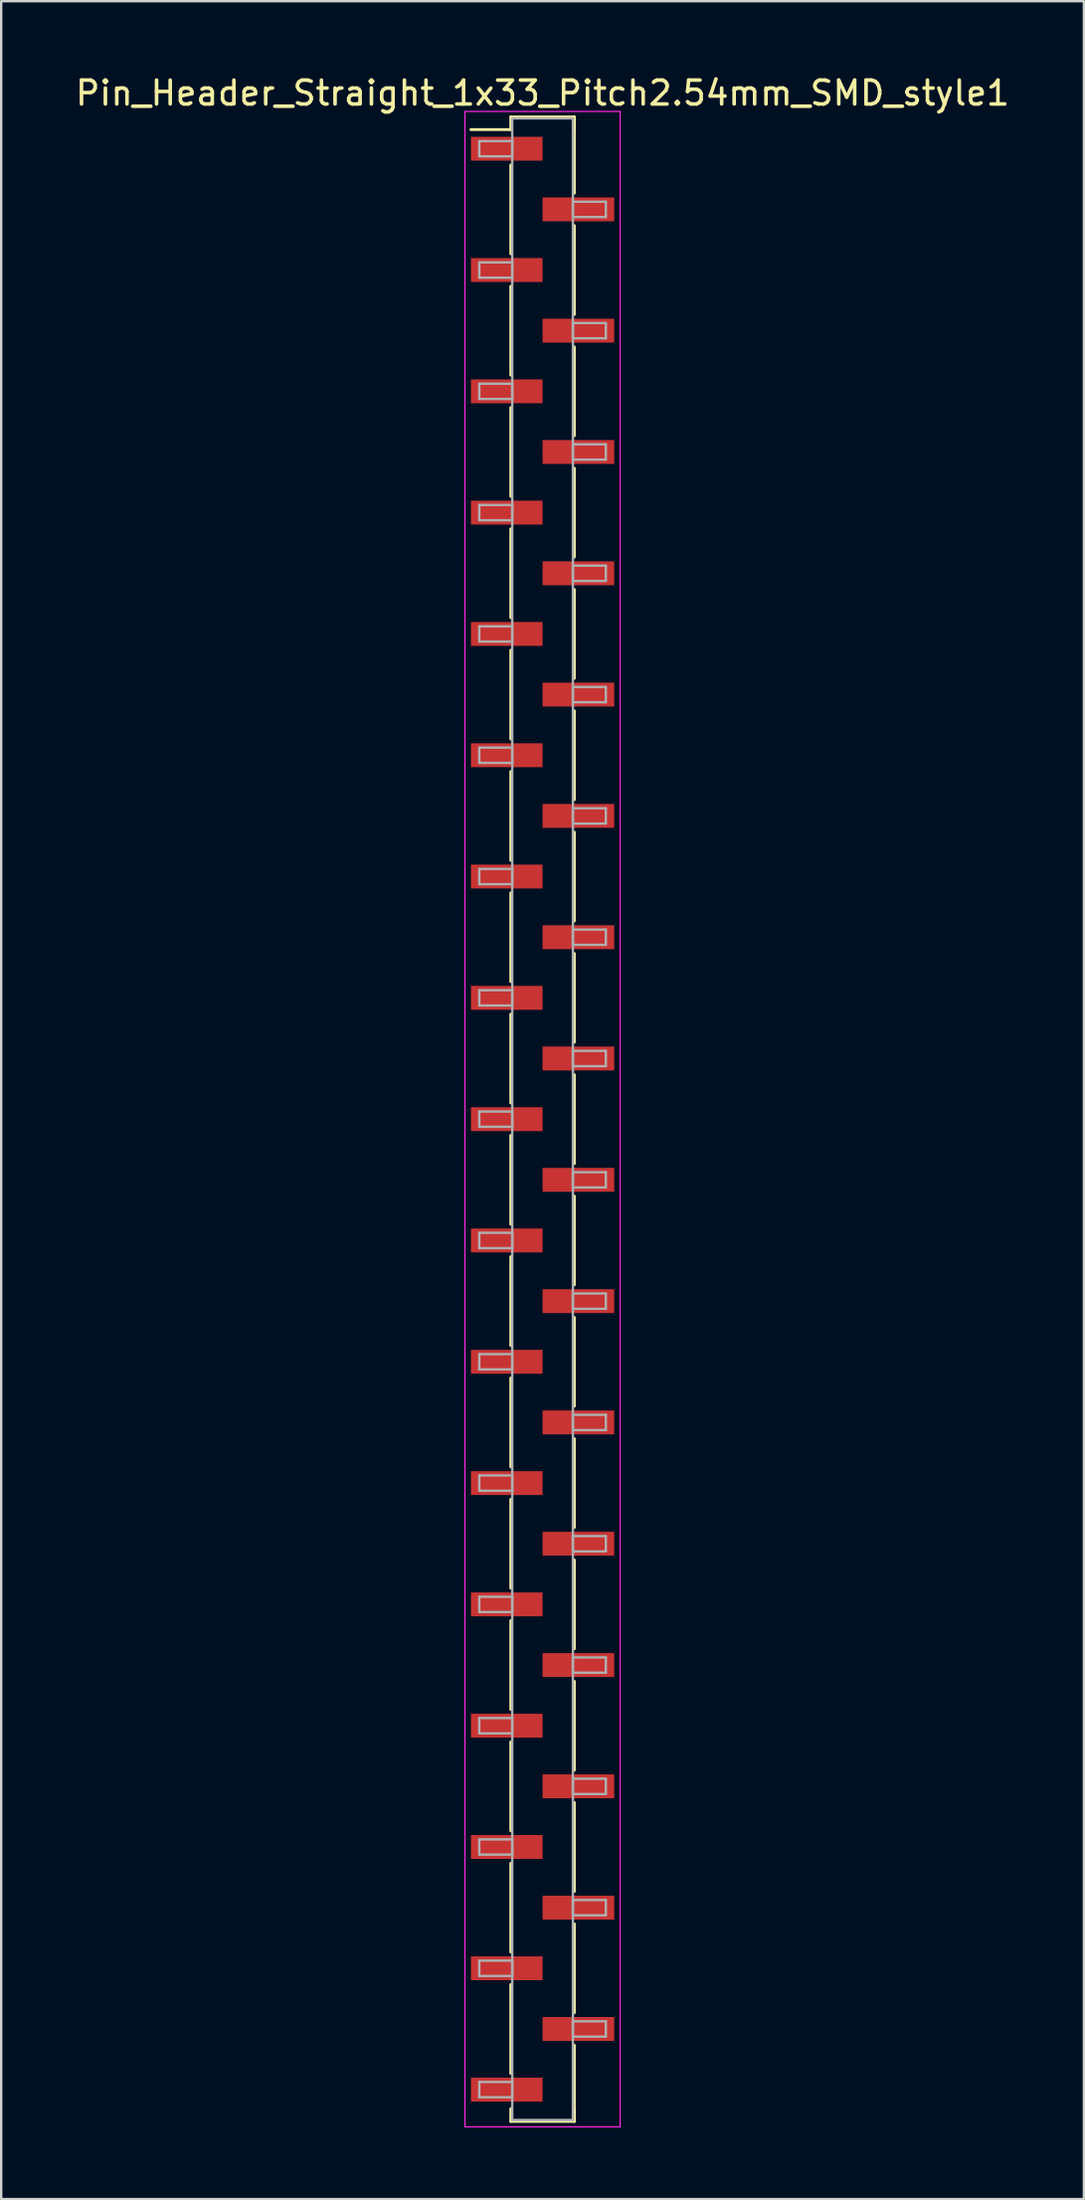
<source format=kicad_pcb>
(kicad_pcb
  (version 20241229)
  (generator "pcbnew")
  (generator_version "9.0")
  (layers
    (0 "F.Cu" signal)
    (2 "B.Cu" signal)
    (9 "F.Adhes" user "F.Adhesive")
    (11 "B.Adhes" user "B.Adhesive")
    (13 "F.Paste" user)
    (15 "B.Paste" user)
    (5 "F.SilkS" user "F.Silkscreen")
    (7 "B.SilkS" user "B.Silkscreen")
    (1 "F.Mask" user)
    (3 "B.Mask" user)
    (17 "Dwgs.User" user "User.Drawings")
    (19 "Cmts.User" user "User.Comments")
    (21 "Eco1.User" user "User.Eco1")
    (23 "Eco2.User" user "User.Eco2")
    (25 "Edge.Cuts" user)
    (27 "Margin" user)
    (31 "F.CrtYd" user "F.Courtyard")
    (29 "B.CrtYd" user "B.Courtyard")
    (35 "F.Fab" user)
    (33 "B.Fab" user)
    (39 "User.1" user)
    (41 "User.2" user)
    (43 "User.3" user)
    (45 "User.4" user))
  (footprint "Pin_Header_Straight_1x33_Pitch2.54mm_SMD_style1"
    (layer "F.Cu")
    (at 19.673 43.818)
    (property "Reference" "Pin_Header_Straight_1x33_Pitch2.54mm_SMD_style1" (at 0 -42.97 0) (layer "F.SilkS") (effects (font (size 1 1) (thickness 0.15))))
    (attr smd)
    (fp_line (start -1.33 -41.97) (end 1.33 -41.97) (stroke (width 0.12) (type solid)) (layer "F.SilkS"))
    (fp_line (start -1.33 -41.44) (end -3 -41.44) (stroke (width 0.12) (type solid)) (layer "F.SilkS"))
    (fp_line (start -1.33 -41.44) (end -1.33 -41.97) (stroke (width 0.12) (type solid)) (layer "F.SilkS"))
    (fp_line (start -1.33 -39.96) (end -1.33 -36.24) (stroke (width 0.12) (type solid)) (layer "F.SilkS"))
    (fp_line (start -1.33 -34.88) (end -1.33 -31.16) (stroke (width 0.12) (type solid)) (layer "F.SilkS"))
    (fp_line (start -1.33 -29.8) (end -1.33 -26.08) (stroke (width 0.12) (type solid)) (layer "F.SilkS"))
    (fp_line (start -1.33 -24.72) (end -1.33 -21) (stroke (width 0.12) (type solid)) (layer "F.SilkS"))
    (fp_line (start -1.33 -19.64) (end -1.33 -15.92) (stroke (width 0.12) (type solid)) (layer "F.SilkS"))
    (fp_line (start -1.33 -14.56) (end -1.33 -10.84) (stroke (width 0.12) (type solid)) (layer "F.SilkS"))
    (fp_line (start -1.33 -9.48) (end -1.33 -5.76) (stroke (width 0.12) (type solid)) (layer "F.SilkS"))
    (fp_line (start -1.33 -4.4) (end -1.33 -0.68) (stroke (width 0.12) (type solid)) (layer "F.SilkS"))
    (fp_line (start -1.33 0.68) (end -1.33 4.4) (stroke (width 0.12) (type solid)) (layer "F.SilkS"))
    (fp_line (start -1.33 5.76) (end -1.33 9.48) (stroke (width 0.12) (type solid)) (layer "F.SilkS"))
    (fp_line (start -1.33 10.84) (end -1.33 14.56) (stroke (width 0.12) (type solid)) (layer "F.SilkS"))
    (fp_line (start -1.33 15.92) (end -1.33 19.64) (stroke (width 0.12) (type solid)) (layer "F.SilkS"))
    (fp_line (start -1.33 21) (end -1.33 24.72) (stroke (width 0.12) (type solid)) (layer "F.SilkS"))
    (fp_line (start -1.33 26.08) (end -1.33 29.8) (stroke (width 0.12) (type solid)) (layer "F.SilkS"))
    (fp_line (start -1.33 31.16) (end -1.33 34.88) (stroke (width 0.12) (type solid)) (layer "F.SilkS"))
    (fp_line (start -1.33 36.24) (end -1.33 39.96) (stroke (width 0.12) (type solid)) (layer "F.SilkS"))
    (fp_line (start -1.33 41.44) (end -1.33 41.97) (stroke (width 0.12) (type solid)) (layer "F.SilkS"))
    (fp_line (start -1.33 41.97) (end 1.33 41.97) (stroke (width 0.12) (type solid)) (layer "F.SilkS"))
    (fp_line (start 1.33 -41.97) (end 1.33 -41.44) (stroke (width 0.12) (type solid)) (layer "F.SilkS"))
    (fp_line (start 1.33 -41.97) (end 1.33 -38.78) (stroke (width 0.12) (type solid)) (layer "F.SilkS"))
    (fp_line (start 1.33 -37.42) (end 1.33 -33.7) (stroke (width 0.12) (type solid)) (layer "F.SilkS"))
    (fp_line (start 1.33 -32.34) (end 1.33 -28.62) (stroke (width 0.12) (type solid)) (layer "F.SilkS"))
    (fp_line (start 1.33 -27.26) (end 1.33 -23.54) (stroke (width 0.12) (type solid)) (layer "F.SilkS"))
    (fp_line (start 1.33 -22.18) (end 1.33 -18.46) (stroke (width 0.12) (type solid)) (layer "F.SilkS"))
    (fp_line (start 1.33 -17.1) (end 1.33 -13.38) (stroke (width 0.12) (type solid)) (layer "F.SilkS"))
    (fp_line (start 1.33 -12.02) (end 1.33 -8.3) (stroke (width 0.12) (type solid)) (layer "F.SilkS"))
    (fp_line (start 1.33 -6.94) (end 1.33 -3.22) (stroke (width 0.12) (type solid)) (layer "F.SilkS"))
    (fp_line (start 1.33 -1.86) (end 1.33 1.86) (stroke (width 0.12) (type solid)) (layer "F.SilkS"))
    (fp_line (start 1.33 3.22) (end 1.33 6.94) (stroke (width 0.12) (type solid)) (layer "F.SilkS"))
    (fp_line (start 1.33 8.3) (end 1.33 12.02) (stroke (width 0.12) (type solid)) (layer "F.SilkS"))
    (fp_line (start 1.33 13.38) (end 1.33 17.1) (stroke (width 0.12) (type solid)) (layer "F.SilkS"))
    (fp_line (start 1.33 18.46) (end 1.33 22.18) (stroke (width 0.12) (type solid)) (layer "F.SilkS"))
    (fp_line (start 1.33 23.54) (end 1.33 27.26) (stroke (width 0.12) (type solid)) (layer "F.SilkS"))
    (fp_line (start 1.33 28.62) (end 1.33 32.34) (stroke (width 0.12) (type solid)) (layer "F.SilkS"))
    (fp_line (start 1.33 33.7) (end 1.33 37.42) (stroke (width 0.12) (type solid)) (layer "F.SilkS"))
    (fp_line (start 1.33 38.78) (end 1.33 41.97) (stroke (width 0.12) (type solid)) (layer "F.SilkS"))
    (fp_line (start 1.33 41.97) (end 1.33 41.44) (stroke (width 0.12) (type solid)) (layer "F.SilkS"))
    (fp_line (start -3.25 -42.2) (end -3.25 42.2) (stroke (width 0.05) (type solid)) (layer "F.CrtYd"))
    (fp_line (start -3.25 42.2) (end 3.25 42.2) (stroke (width 0.05) (type solid)) (layer "F.CrtYd"))
    (fp_line (start 3.25 -42.2) (end -3.25 -42.2) (stroke (width 0.05) (type solid)) (layer "F.CrtYd"))
    (fp_line (start 3.25 42.2) (end 3.25 -42.2) (stroke (width 0.05) (type solid)) (layer "F.CrtYd"))
    (fp_line (start -2.65 -40.96) (end -1.27 -40.96) (stroke (width 0.1) (type solid)) (layer "F.Fab"))
    (fp_line (start -2.65 -40.32) (end -2.65 -40.96) (stroke (width 0.1) (type solid)) (layer "F.Fab"))
    (fp_line (start -2.65 -35.88) (end -1.27 -35.88) (stroke (width 0.1) (type solid)) (layer "F.Fab"))
    (fp_line (start -2.65 -35.24) (end -2.65 -35.88) (stroke (width 0.1) (type solid)) (layer "F.Fab"))
    (fp_line (start -2.65 -30.8) (end -1.27 -30.8) (stroke (width 0.1) (type solid)) (layer "F.Fab"))
    (fp_line (start -2.65 -30.16) (end -2.65 -30.8) (stroke (width 0.1) (type solid)) (layer "F.Fab"))
    (fp_line (start -2.65 -25.72) (end -1.27 -25.72) (stroke (width 0.1) (type solid)) (layer "F.Fab"))
    (fp_line (start -2.65 -25.08) (end -2.65 -25.72) (stroke (width 0.1) (type solid)) (layer "F.Fab"))
    (fp_line (start -2.65 -20.64) (end -1.27 -20.64) (stroke (width 0.1) (type solid)) (layer "F.Fab"))
    (fp_line (start -2.65 -20) (end -2.65 -20.64) (stroke (width 0.1) (type solid)) (layer "F.Fab"))
    (fp_line (start -2.65 -15.56) (end -1.27 -15.56) (stroke (width 0.1) (type solid)) (layer "F.Fab"))
    (fp_line (start -2.65 -14.92) (end -2.65 -15.56) (stroke (width 0.1) (type solid)) (layer "F.Fab"))
    (fp_line (start -2.65 -10.48) (end -1.27 -10.48) (stroke (width 0.1) (type solid)) (layer "F.Fab"))
    (fp_line (start -2.65 -9.84) (end -2.65 -10.48) (stroke (width 0.1) (type solid)) (layer "F.Fab"))
    (fp_line (start -2.65 -5.4) (end -1.27 -5.4) (stroke (width 0.1) (type solid)) (layer "F.Fab"))
    (fp_line (start -2.65 -4.76) (end -2.65 -5.4) (stroke (width 0.1) (type solid)) (layer "F.Fab"))
    (fp_line (start -2.65 -0.32) (end -1.27 -0.32) (stroke (width 0.1) (type solid)) (layer "F.Fab"))
    (fp_line (start -2.65 0.32) (end -2.65 -0.32) (stroke (width 0.1) (type solid)) (layer "F.Fab"))
    (fp_line (start -2.65 4.76) (end -1.27 4.76) (stroke (width 0.1) (type solid)) (layer "F.Fab"))
    (fp_line (start -2.65 5.4) (end -2.65 4.76) (stroke (width 0.1) (type solid)) (layer "F.Fab"))
    (fp_line (start -2.65 9.84) (end -1.27 9.84) (stroke (width 0.1) (type solid)) (layer "F.Fab"))
    (fp_line (start -2.65 10.48) (end -2.65 9.84) (stroke (width 0.1) (type solid)) (layer "F.Fab"))
    (fp_line (start -2.65 14.92) (end -1.27 14.92) (stroke (width 0.1) (type solid)) (layer "F.Fab"))
    (fp_line (start -2.65 15.56) (end -2.65 14.92) (stroke (width 0.1) (type solid)) (layer "F.Fab"))
    (fp_line (start -2.65 20) (end -1.27 20) (stroke (width 0.1) (type solid)) (layer "F.Fab"))
    (fp_line (start -2.65 20.64) (end -2.65 20) (stroke (width 0.1) (type solid)) (layer "F.Fab"))
    (fp_line (start -2.65 25.08) (end -1.27 25.08) (stroke (width 0.1) (type solid)) (layer "F.Fab"))
    (fp_line (start -2.65 25.72) (end -2.65 25.08) (stroke (width 0.1) (type solid)) (layer "F.Fab"))
    (fp_line (start -2.65 30.16) (end -1.27 30.16) (stroke (width 0.1) (type solid)) (layer "F.Fab"))
    (fp_line (start -2.65 30.8) (end -2.65 30.16) (stroke (width 0.1) (type solid)) (layer "F.Fab"))
    (fp_line (start -2.65 35.24) (end -1.27 35.24) (stroke (width 0.1) (type solid)) (layer "F.Fab"))
    (fp_line (start -2.65 35.88) (end -2.65 35.24) (stroke (width 0.1) (type solid)) (layer "F.Fab"))
    (fp_line (start -2.65 40.32) (end -1.27 40.32) (stroke (width 0.1) (type solid)) (layer "F.Fab"))
    (fp_line (start -2.65 40.96) (end -2.65 40.32) (stroke (width 0.1) (type solid)) (layer "F.Fab"))
    (fp_line (start -1.27 -41.91) (end -1.27 41.91) (stroke (width 0.1) (type solid)) (layer "F.Fab"))
    (fp_line (start -1.27 -40.96) (end -1.27 -40.32) (stroke (width 0.1) (type solid)) (layer "F.Fab"))
    (fp_line (start -1.27 -40.32) (end -2.65 -40.32) (stroke (width 0.1) (type solid)) (layer "F.Fab"))
    (fp_line (start -1.27 -35.88) (end -1.27 -35.24) (stroke (width 0.1) (type solid)) (layer "F.Fab"))
    (fp_line (start -1.27 -35.24) (end -2.65 -35.24) (stroke (width 0.1) (type solid)) (layer "F.Fab"))
    (fp_line (start -1.27 -30.8) (end -1.27 -30.16) (stroke (width 0.1) (type solid)) (layer "F.Fab"))
    (fp_line (start -1.27 -30.16) (end -2.65 -30.16) (stroke (width 0.1) (type solid)) (layer "F.Fab"))
    (fp_line (start -1.27 -25.72) (end -1.27 -25.08) (stroke (width 0.1) (type solid)) (layer "F.Fab"))
    (fp_line (start -1.27 -25.08) (end -2.65 -25.08) (stroke (width 0.1) (type solid)) (layer "F.Fab"))
    (fp_line (start -1.27 -20.64) (end -1.27 -20) (stroke (width 0.1) (type solid)) (layer "F.Fab"))
    (fp_line (start -1.27 -20) (end -2.65 -20) (stroke (width 0.1) (type solid)) (layer "F.Fab"))
    (fp_line (start -1.27 -15.56) (end -1.27 -14.92) (stroke (width 0.1) (type solid)) (layer "F.Fab"))
    (fp_line (start -1.27 -14.92) (end -2.65 -14.92) (stroke (width 0.1) (type solid)) (layer "F.Fab"))
    (fp_line (start -1.27 -10.48) (end -1.27 -9.84) (stroke (width 0.1) (type solid)) (layer "F.Fab"))
    (fp_line (start -1.27 -9.84) (end -2.65 -9.84) (stroke (width 0.1) (type solid)) (layer "F.Fab"))
    (fp_line (start -1.27 -5.4) (end -1.27 -4.76) (stroke (width 0.1) (type solid)) (layer "F.Fab"))
    (fp_line (start -1.27 -4.76) (end -2.65 -4.76) (stroke (width 0.1) (type solid)) (layer "F.Fab"))
    (fp_line (start -1.27 -0.32) (end -1.27 0.32) (stroke (width 0.1) (type solid)) (layer "F.Fab"))
    (fp_line (start -1.27 0.32) (end -2.65 0.32) (stroke (width 0.1) (type solid)) (layer "F.Fab"))
    (fp_line (start -1.27 4.76) (end -1.27 5.4) (stroke (width 0.1) (type solid)) (layer "F.Fab"))
    (fp_line (start -1.27 5.4) (end -2.65 5.4) (stroke (width 0.1) (type solid)) (layer "F.Fab"))
    (fp_line (start -1.27 9.84) (end -1.27 10.48) (stroke (width 0.1) (type solid)) (layer "F.Fab"))
    (fp_line (start -1.27 10.48) (end -2.65 10.48) (stroke (width 0.1) (type solid)) (layer "F.Fab"))
    (fp_line (start -1.27 14.92) (end -1.27 15.56) (stroke (width 0.1) (type solid)) (layer "F.Fab"))
    (fp_line (start -1.27 15.56) (end -2.65 15.56) (stroke (width 0.1) (type solid)) (layer "F.Fab"))
    (fp_line (start -1.27 20) (end -1.27 20.64) (stroke (width 0.1) (type solid)) (layer "F.Fab"))
    (fp_line (start -1.27 20.64) (end -2.65 20.64) (stroke (width 0.1) (type solid)) (layer "F.Fab"))
    (fp_line (start -1.27 25.08) (end -1.27 25.72) (stroke (width 0.1) (type solid)) (layer "F.Fab"))
    (fp_line (start -1.27 25.72) (end -2.65 25.72) (stroke (width 0.1) (type solid)) (layer "F.Fab"))
    (fp_line (start -1.27 30.16) (end -1.27 30.8) (stroke (width 0.1) (type solid)) (layer "F.Fab"))
    (fp_line (start -1.27 30.8) (end -2.65 30.8) (stroke (width 0.1) (type solid)) (layer "F.Fab"))
    (fp_line (start -1.27 35.24) (end -1.27 35.88) (stroke (width 0.1) (type solid)) (layer "F.Fab"))
    (fp_line (start -1.27 35.88) (end -2.65 35.88) (stroke (width 0.1) (type solid)) (layer "F.Fab"))
    (fp_line (start -1.27 40.32) (end -1.27 40.96) (stroke (width 0.1) (type solid)) (layer "F.Fab"))
    (fp_line (start -1.27 40.96) (end -2.65 40.96) (stroke (width 0.1) (type solid)) (layer "F.Fab"))
    (fp_line (start -1.27 41.91) (end 1.27 41.91) (stroke (width 0.1) (type solid)) (layer "F.Fab"))
    (fp_line (start 1.27 -41.91) (end -1.27 -41.91) (stroke (width 0.1) (type solid)) (layer "F.Fab"))
    (fp_line (start 1.27 -38.42) (end 1.27 -37.78) (stroke (width 0.1) (type solid)) (layer "F.Fab"))
    (fp_line (start 1.27 -37.78) (end 2.65 -37.78) (stroke (width 0.1) (type solid)) (layer "F.Fab"))
    (fp_line (start 1.27 -33.34) (end 1.27 -32.7) (stroke (width 0.1) (type solid)) (layer "F.Fab"))
    (fp_line (start 1.27 -32.7) (end 2.65 -32.7) (stroke (width 0.1) (type solid)) (layer "F.Fab"))
    (fp_line (start 1.27 -28.26) (end 1.27 -27.62) (stroke (width 0.1) (type solid)) (layer "F.Fab"))
    (fp_line (start 1.27 -27.62) (end 2.65 -27.62) (stroke (width 0.1) (type solid)) (layer "F.Fab"))
    (fp_line (start 1.27 -23.18) (end 1.27 -22.54) (stroke (width 0.1) (type solid)) (layer "F.Fab"))
    (fp_line (start 1.27 -22.54) (end 2.65 -22.54) (stroke (width 0.1) (type solid)) (layer "F.Fab"))
    (fp_line (start 1.27 -18.1) (end 1.27 -17.46) (stroke (width 0.1) (type solid)) (layer "F.Fab"))
    (fp_line (start 1.27 -17.46) (end 2.65 -17.46) (stroke (width 0.1) (type solid)) (layer "F.Fab"))
    (fp_line (start 1.27 -13.02) (end 1.27 -12.38) (stroke (width 0.1) (type solid)) (layer "F.Fab"))
    (fp_line (start 1.27 -12.38) (end 2.65 -12.38) (stroke (width 0.1) (type solid)) (layer "F.Fab"))
    (fp_line (start 1.27 -7.94) (end 1.27 -7.3) (stroke (width 0.1) (type solid)) (layer "F.Fab"))
    (fp_line (start 1.27 -7.3) (end 2.65 -7.3) (stroke (width 0.1) (type solid)) (layer "F.Fab"))
    (fp_line (start 1.27 -2.86) (end 1.27 -2.22) (stroke (width 0.1) (type solid)) (layer "F.Fab"))
    (fp_line (start 1.27 -2.22) (end 2.65 -2.22) (stroke (width 0.1) (type solid)) (layer "F.Fab"))
    (fp_line (start 1.27 2.22) (end 1.27 2.86) (stroke (width 0.1) (type solid)) (layer "F.Fab"))
    (fp_line (start 1.27 2.86) (end 2.65 2.86) (stroke (width 0.1) (type solid)) (layer "F.Fab"))
    (fp_line (start 1.27 7.3) (end 1.27 7.94) (stroke (width 0.1) (type solid)) (layer "F.Fab"))
    (fp_line (start 1.27 7.94) (end 2.65 7.94) (stroke (width 0.1) (type solid)) (layer "F.Fab"))
    (fp_line (start 1.27 12.38) (end 1.27 13.02) (stroke (width 0.1) (type solid)) (layer "F.Fab"))
    (fp_line (start 1.27 13.02) (end 2.65 13.02) (stroke (width 0.1) (type solid)) (layer "F.Fab"))
    (fp_line (start 1.27 17.46) (end 1.27 18.1) (stroke (width 0.1) (type solid)) (layer "F.Fab"))
    (fp_line (start 1.27 18.1) (end 2.65 18.1) (stroke (width 0.1) (type solid)) (layer "F.Fab"))
    (fp_line (start 1.27 22.54) (end 1.27 23.18) (stroke (width 0.1) (type solid)) (layer "F.Fab"))
    (fp_line (start 1.27 23.18) (end 2.65 23.18) (stroke (width 0.1) (type solid)) (layer "F.Fab"))
    (fp_line (start 1.27 27.62) (end 1.27 28.26) (stroke (width 0.1) (type solid)) (layer "F.Fab"))
    (fp_line (start 1.27 28.26) (end 2.65 28.26) (stroke (width 0.1) (type solid)) (layer "F.Fab"))
    (fp_line (start 1.27 32.7) (end 1.27 33.34) (stroke (width 0.1) (type solid)) (layer "F.Fab"))
    (fp_line (start 1.27 33.34) (end 2.65 33.34) (stroke (width 0.1) (type solid)) (layer "F.Fab"))
    (fp_line (start 1.27 37.78) (end 1.27 38.42) (stroke (width 0.1) (type solid)) (layer "F.Fab"))
    (fp_line (start 1.27 38.42) (end 2.65 38.42) (stroke (width 0.1) (type solid)) (layer "F.Fab"))
    (fp_line (start 1.27 41.91) (end 1.27 -41.91) (stroke (width 0.1) (type solid)) (layer "F.Fab"))
    (fp_line (start 2.65 -38.42) (end 1.27 -38.42) (stroke (width 0.1) (type solid)) (layer "F.Fab"))
    (fp_line (start 2.65 -37.78) (end 2.65 -38.42) (stroke (width 0.1) (type solid)) (layer "F.Fab"))
    (fp_line (start 2.65 -33.34) (end 1.27 -33.34) (stroke (width 0.1) (type solid)) (layer "F.Fab"))
    (fp_line (start 2.65 -32.7) (end 2.65 -33.34) (stroke (width 0.1) (type solid)) (layer "F.Fab"))
    (fp_line (start 2.65 -28.26) (end 1.27 -28.26) (stroke (width 0.1) (type solid)) (layer "F.Fab"))
    (fp_line (start 2.65 -27.62) (end 2.65 -28.26) (stroke (width 0.1) (type solid)) (layer "F.Fab"))
    (fp_line (start 2.65 -23.18) (end 1.27 -23.18) (stroke (width 0.1) (type solid)) (layer "F.Fab"))
    (fp_line (start 2.65 -22.54) (end 2.65 -23.18) (stroke (width 0.1) (type solid)) (layer "F.Fab"))
    (fp_line (start 2.65 -18.1) (end 1.27 -18.1) (stroke (width 0.1) (type solid)) (layer "F.Fab"))
    (fp_line (start 2.65 -17.46) (end 2.65 -18.1) (stroke (width 0.1) (type solid)) (layer "F.Fab"))
    (fp_line (start 2.65 -13.02) (end 1.27 -13.02) (stroke (width 0.1) (type solid)) (layer "F.Fab"))
    (fp_line (start 2.65 -12.38) (end 2.65 -13.02) (stroke (width 0.1) (type solid)) (layer "F.Fab"))
    (fp_line (start 2.65 -7.94) (end 1.27 -7.94) (stroke (width 0.1) (type solid)) (layer "F.Fab"))
    (fp_line (start 2.65 -7.3) (end 2.65 -7.94) (stroke (width 0.1) (type solid)) (layer "F.Fab"))
    (fp_line (start 2.65 -2.86) (end 1.27 -2.86) (stroke (width 0.1) (type solid)) (layer "F.Fab"))
    (fp_line (start 2.65 -2.22) (end 2.65 -2.86) (stroke (width 0.1) (type solid)) (layer "F.Fab"))
    (fp_line (start 2.65 2.22) (end 1.27 2.22) (stroke (width 0.1) (type solid)) (layer "F.Fab"))
    (fp_line (start 2.65 2.86) (end 2.65 2.22) (stroke (width 0.1) (type solid)) (layer "F.Fab"))
    (fp_line (start 2.65 7.3) (end 1.27 7.3) (stroke (width 0.1) (type solid)) (layer "F.Fab"))
    (fp_line (start 2.65 7.94) (end 2.65 7.3) (stroke (width 0.1) (type solid)) (layer "F.Fab"))
    (fp_line (start 2.65 12.38) (end 1.27 12.38) (stroke (width 0.1) (type solid)) (layer "F.Fab"))
    (fp_line (start 2.65 13.02) (end 2.65 12.38) (stroke (width 0.1) (type solid)) (layer "F.Fab"))
    (fp_line (start 2.65 17.46) (end 1.27 17.46) (stroke (width 0.1) (type solid)) (layer "F.Fab"))
    (fp_line (start 2.65 18.1) (end 2.65 17.46) (stroke (width 0.1) (type solid)) (layer "F.Fab"))
    (fp_line (start 2.65 22.54) (end 1.27 22.54) (stroke (width 0.1) (type solid)) (layer "F.Fab"))
    (fp_line (start 2.65 23.18) (end 2.65 22.54) (stroke (width 0.1) (type solid)) (layer "F.Fab"))
    (fp_line (start 2.65 27.62) (end 1.27 27.62) (stroke (width 0.1) (type solid)) (layer "F.Fab"))
    (fp_line (start 2.65 28.26) (end 2.65 27.62) (stroke (width 0.1) (type solid)) (layer "F.Fab"))
    (fp_line (start 2.65 32.7) (end 1.27 32.7) (stroke (width 0.1) (type solid)) (layer "F.Fab"))
    (fp_line (start 2.65 33.34) (end 2.65 32.7) (stroke (width 0.1) (type solid)) (layer "F.Fab"))
    (fp_line (start 2.65 37.78) (end 1.27 37.78) (stroke (width 0.1) (type solid)) (layer "F.Fab"))
    (fp_line (start 2.65 38.42) (end 2.65 37.78) (stroke (width 0.1) (type solid)) (layer "F.Fab"))
    (pad "1" smd rect (at -1.5 -40.64) (size 3 1) (layers "F.Cu" "F.Mask"))
    (pad "2" smd rect (at 1.5 -38.1) (size 3 1) (layers "F.Cu" "F.Mask"))
    (pad "3" smd rect (at -1.5 -35.56) (size 3 1) (layers "F.Cu" "F.Mask"))
    (pad "4" smd rect (at 1.5 -33.02) (size 3 1) (layers "F.Cu" "F.Mask"))
    (pad "5" smd rect (at -1.5 -30.48) (size 3 1) (layers "F.Cu" "F.Mask"))
    (pad "6" smd rect (at 1.5 -27.94) (size 3 1) (layers "F.Cu" "F.Mask"))
    (pad "7" smd rect (at -1.5 -25.4) (size 3 1) (layers "F.Cu" "F.Mask"))
    (pad "8" smd rect (at 1.5 -22.86) (size 3 1) (layers "F.Cu" "F.Mask"))
    (pad "9" smd rect (at -1.5 -20.32) (size 3 1) (layers "F.Cu" "F.Mask"))
    (pad "10" smd rect (at 1.5 -17.78) (size 3 1) (layers "F.Cu" "F.Mask"))
    (pad "11" smd rect (at -1.5 -15.24) (size 3 1) (layers "F.Cu" "F.Mask"))
    (pad "12" smd rect (at 1.5 -12.7) (size 3 1) (layers "F.Cu" "F.Mask"))
    (pad "13" smd rect (at -1.5 -10.16) (size 3 1) (layers "F.Cu" "F.Mask"))
    (pad "14" smd rect (at 1.5 -7.62) (size 3 1) (layers "F.Cu" "F.Mask"))
    (pad "15" smd rect (at -1.5 -5.08) (size 3 1) (layers "F.Cu" "F.Mask"))
    (pad "16" smd rect (at 1.5 -2.54) (size 3 1) (layers "F.Cu" "F.Mask"))
    (pad "17" smd rect (at -1.5 0) (size 3 1) (layers "F.Cu" "F.Mask"))
    (pad "18" smd rect (at 1.5 2.54) (size 3 1) (layers "F.Cu" "F.Mask"))
    (pad "19" smd rect (at -1.5 5.08) (size 3 1) (layers "F.Cu" "F.Mask"))
    (pad "20" smd rect (at 1.5 7.62) (size 3 1) (layers "F.Cu" "F.Mask"))
    (pad "21" smd rect (at -1.5 10.16) (size 3 1) (layers "F.Cu" "F.Mask"))
    (pad "22" smd rect (at 1.5 12.7) (size 3 1) (layers "F.Cu" "F.Mask"))
    (pad "23" smd rect (at -1.5 15.24) (size 3 1) (layers "F.Cu" "F.Mask"))
    (pad "24" smd rect (at 1.5 17.78) (size 3 1) (layers "F.Cu" "F.Mask"))
    (pad "25" smd rect (at -1.5 20.32) (size 3 1) (layers "F.Cu" "F.Mask"))
    (pad "26" smd rect (at 1.5 22.86) (size 3 1) (layers "F.Cu" "F.Mask"))
    (pad "27" smd rect (at -1.5 25.4) (size 3 1) (layers "F.Cu" "F.Mask"))
    (pad "28" smd rect (at 1.5 27.94) (size 3 1) (layers "F.Cu" "F.Mask"))
    (pad "29" smd rect (at -1.5 30.48) (size 3 1) (layers "F.Cu" "F.Mask"))
    (pad "30" smd rect (at 1.5 33.02) (size 3 1) (layers "F.Cu" "F.Mask"))
    (pad "31" smd rect (at -1.5 35.56) (size 3 1) (layers "F.Cu" "F.Mask"))
    (pad "32" smd rect (at 1.5 38.1) (size 3 1) (layers "F.Cu" "F.Mask"))
    (pad "33" smd rect (at -1.5 40.64) (size 3 1) (layers "F.Cu" "F.Mask")))
  (gr_rect
    (start -3 -3)
    (end 42.345 89.043)
    (stroke (width 0.1) (type default))
    (fill no)
    (layer "Edge.Cuts")))
</source>
